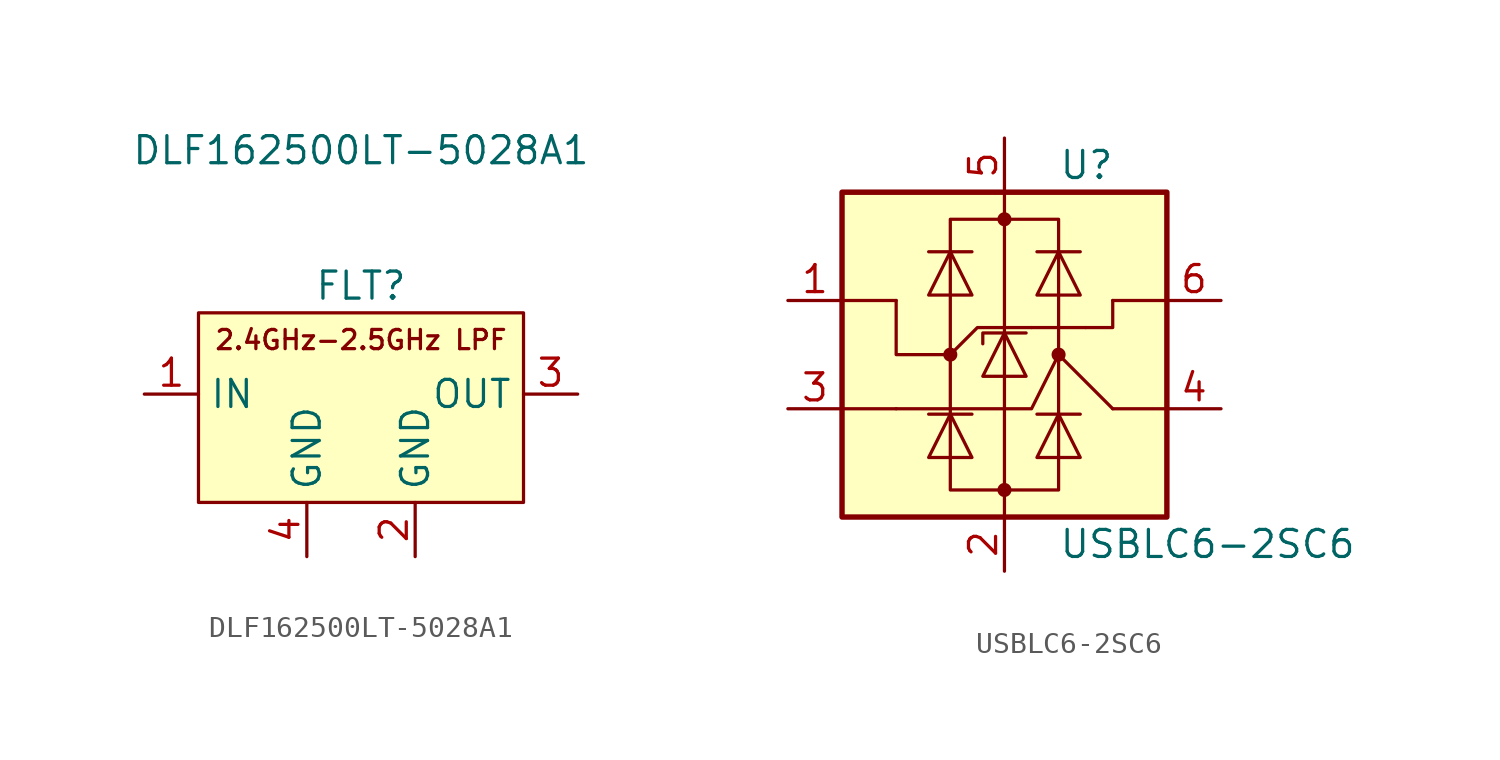
<source format=kicad_sym>
(kicad_symbol_lib
  (version 20220914)
  (generator kicad_symbol_editor)
  (symbol "DLF162500LT-5028A1"
    (property "Reference" "FLT"
      (at 0 3.81 0)
      (effects (font (size 1.27 1.27))))
    (property "Value" "DLF162500LT-5028A1"
      (at 0 10.16 0)
      (effects (font (size 1.27 1.27))))
    (symbol "DLF162500LT-5028A1_0_0"
      (pin passive line (at -10.16 -1.27 0) (length 2.54) (name "IN" (effects (font (size 1.27 1.27)))) (number "1" (effects (font (size 1.27 1.27)))))
      (pin passive line (at 2.54 -8.89 90) (length 2.54) (name "GND" (effects (font (size 1.27 1.27)))) (number "2" (effects (font (size 1.27 1.27)))))
      (pin passive line (at 10.16 -1.27 180) (length 2.54) (name "OUT" (effects (font (size 1.27 1.27)))) (number "3" (effects (font (size 1.27 1.27)))))
      (pin passive line (at -2.54 -8.89 90) (length 2.54) (name "GND" (effects (font (size 1.27 1.27)))) (number "4" (effects (font (size 1.27 1.27))))))
    (symbol "DLF162500LT-5028A1_1_1"
      (rectangle (start -7.62 2.54) (end 7.62 -6.35) (stroke (width 0) (type default)) (fill (type background)))
      (text "2.4GHz-2.5GHz LPF" (at 0 1.27 0) (effects (font (size 0.9 0.9))))))
  (symbol "USBLC6-2SC6"
    (pin_names hide)
    (property "Reference" "U"
      (at 2.54 8.89 0)
      (effects (font (size 1.27 1.27)) (justify left)))
    (property "Value" "USBLC6-2SC6"
      (at 2.54 -8.89 0)
      (effects (font (size 1.27 1.27)) (justify left)))
    (symbol "USBLC6-2SC6_0_1"
      (rectangle (start -7.62 7.62) (end 7.62 -7.62) (stroke (width 0.254) (type default)) (fill (type background)))
      (circle (center -2.54 0) (radius 0.254) (stroke (width 0) (type default)) (fill (type outline)))
      (rectangle (start -2.54 6.35) (end 2.54 -6.35) (stroke (width 0) (type default)) (fill (type none)))
      (circle (center 0 -6.35) (radius 0.254) (stroke (width 0) (type default)) (fill (type outline)))
      (polyline (pts (xy -5.08 -2.54) (xy -7.62 -2.54)) (stroke (width 0) (type default)) (fill (type none)))
      (polyline (pts (xy -5.08 2.54) (xy -7.62 2.54)) (stroke (width 0) (type default)) (fill (type none)))
      (polyline (pts (xy -1.524 -2.794) (xy -3.556 -2.794)) (stroke (width 0) (type default)) (fill (type none)))
      (polyline (pts (xy -1.524 4.826) (xy -3.556 4.826)) (stroke (width 0) (type default)) (fill (type none)))
      (polyline (pts (xy 0 -7.62) (xy 0 -6.35)) (stroke (width 0) (type default)) (fill (type none)))
      (polyline (pts (xy 0 -6.35) (xy 0 1.27)) (stroke (width 0) (type default)) (fill (type none)))
      (polyline (pts (xy 0 1.27) (xy 0 6.35)) (stroke (width 0) (type default)) (fill (type none)))
      (polyline (pts (xy 0 6.35) (xy 0 7.62)) (stroke (width 0) (type default)) (fill (type none)))
      (polyline (pts (xy 1.27 1.27) (xy 3.81 1.27)) (stroke (width 0) (type default)) (fill (type none)))
      (polyline (pts (xy 1.524 -2.794) (xy 3.556 -2.794)) (stroke (width 0) (type default)) (fill (type none)))
      (polyline (pts (xy 1.524 4.826) (xy 3.556 4.826)) (stroke (width 0) (type default)) (fill (type none)))
      (polyline (pts (xy 5.08 -2.54) (xy 2.54 0)) (stroke (width 0) (type default)) (fill (type none)))
      (polyline (pts (xy 5.08 -2.54) (xy 7.62 -2.54)) (stroke (width 0) (type default)) (fill (type none)))
      (polyline (pts (xy 5.08 2.54) (xy 7.62 2.54)) (stroke (width 0) (type default)) (fill (type none)))
      (polyline (pts (xy -5.08 -2.54) (xy 1.27 -2.54) (xy 2.54 0)) (stroke (width 0) (type default)) (fill (type none)))
      (polyline (pts (xy -5.08 2.54) (xy -5.08 0) (xy -2.54 0)) (stroke (width 0) (type default)) (fill (type none)))
      (polyline (pts (xy 1.27 1.27) (xy -1.27 1.27) (xy -2.54 0)) (stroke (width 0) (type default)) (fill (type none)))
      (polyline (pts (xy 5.08 2.54) (xy 5.08 1.27) (xy 3.81 1.27)) (stroke (width 0) (type default)) (fill (type none)))
      (polyline (pts (xy -3.556 -4.826) (xy -1.524 -4.826) (xy -2.54 -2.794) (xy -3.556 -4.826)) (stroke (width 0) (type default)) (fill (type none)))
      (polyline (pts (xy -3.556 2.794) (xy -1.524 2.794) (xy -2.54 4.826) (xy -3.556 2.794)) (stroke (width 0) (type default)) (fill (type none)))
      (polyline (pts (xy -1.016 -1.016) (xy 1.016 -1.016) (xy 0 1.016) (xy -1.016 -1.016)) (stroke (width 0) (type default)) (fill (type none)))
      (polyline (pts (xy 1.016 1.016) (xy 0.762 1.016) (xy -1.016 1.016) (xy -1.016 0.508)) (stroke (width 0) (type default)) (fill (type none)))
      (polyline (pts (xy 3.556 -4.826) (xy 1.524 -4.826) (xy 2.54 -2.794) (xy 3.556 -4.826)) (stroke (width 0) (type default)) (fill (type none)))
      (polyline (pts (xy 3.556 2.794) (xy 1.524 2.794) (xy 2.54 4.826) (xy 3.556 2.794)) (stroke (width 0) (type default)) (fill (type none)))
      (circle (center 0 6.35) (radius 0.254) (stroke (width 0) (type default)) (fill (type outline)))
      (circle (center 2.54 0) (radius 0.254) (stroke (width 0) (type default)) (fill (type outline))))
    (symbol "USBLC6-2SC6_1_1"
      (pin passive line (at -10.16 2.54 0) (length 2.54) (name "I/O1" (effects (font (size 1.27 1.27)))) (number "1" (effects (font (size 1.27 1.27)))))
      (pin passive line (at 0 -10.16 90) (length 2.54) (name "GND" (effects (font (size 1.27 1.27)))) (number "2" (effects (font (size 1.27 1.27)))))
      (pin passive line (at -10.16 -2.54 0) (length 2.54) (name "I/O2" (effects (font (size 1.27 1.27)))) (number "3" (effects (font (size 1.27 1.27)))))
      (pin passive line (at 10.16 -2.54 180) (length 2.54) (name "I/O2" (effects (font (size 1.27 1.27)))) (number "4" (effects (font (size 1.27 1.27)))))
      (pin passive line (at 0 10.16 270) (length 2.54) (name "VBUS" (effects (font (size 1.27 1.27)))) (number "5" (effects (font (size 1.27 1.27)))))
      (pin passive line (at 10.16 2.54 180) (length 2.54) (name "I/O1" (effects (font (size 1.27 1.27)))) (number "6" (effects (font (size 1.27 1.27))))))))
</source>
